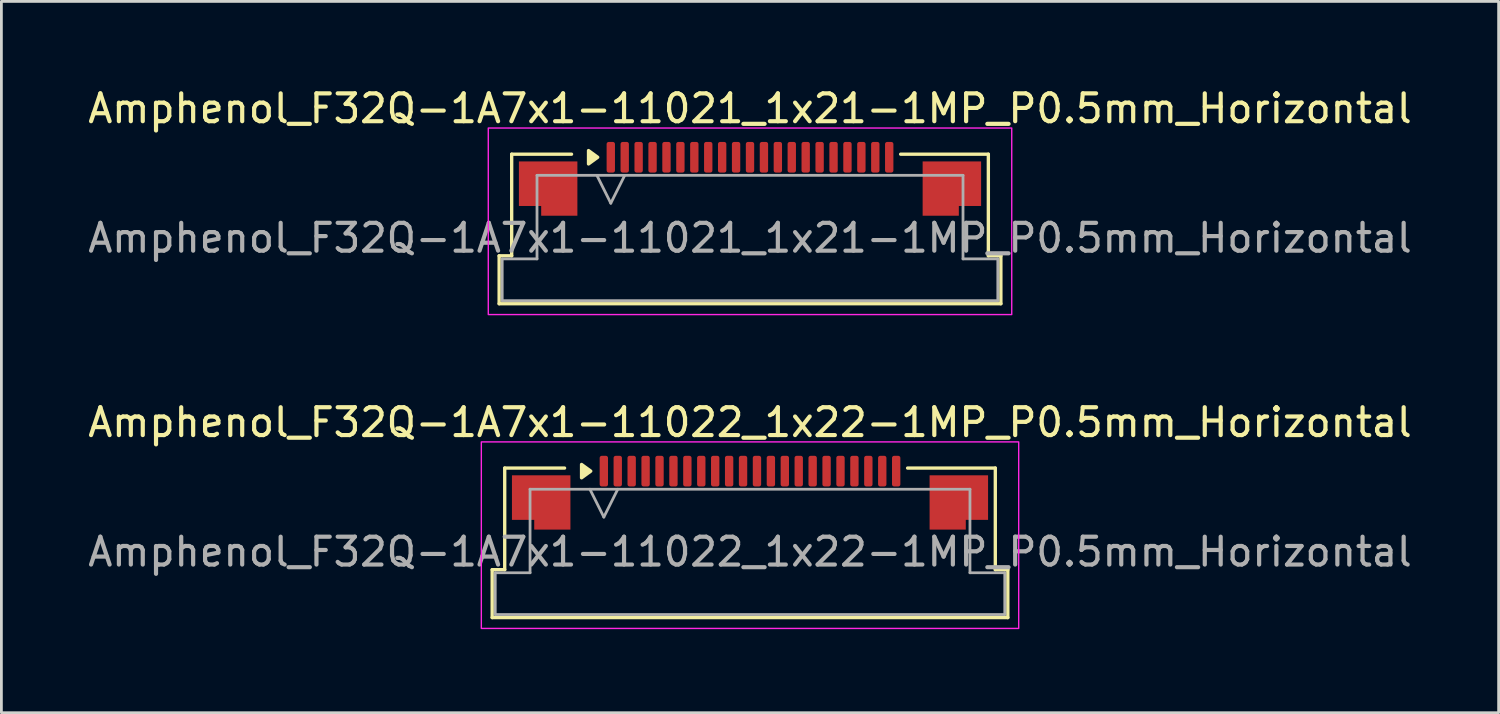
<source format=kicad_pcb>
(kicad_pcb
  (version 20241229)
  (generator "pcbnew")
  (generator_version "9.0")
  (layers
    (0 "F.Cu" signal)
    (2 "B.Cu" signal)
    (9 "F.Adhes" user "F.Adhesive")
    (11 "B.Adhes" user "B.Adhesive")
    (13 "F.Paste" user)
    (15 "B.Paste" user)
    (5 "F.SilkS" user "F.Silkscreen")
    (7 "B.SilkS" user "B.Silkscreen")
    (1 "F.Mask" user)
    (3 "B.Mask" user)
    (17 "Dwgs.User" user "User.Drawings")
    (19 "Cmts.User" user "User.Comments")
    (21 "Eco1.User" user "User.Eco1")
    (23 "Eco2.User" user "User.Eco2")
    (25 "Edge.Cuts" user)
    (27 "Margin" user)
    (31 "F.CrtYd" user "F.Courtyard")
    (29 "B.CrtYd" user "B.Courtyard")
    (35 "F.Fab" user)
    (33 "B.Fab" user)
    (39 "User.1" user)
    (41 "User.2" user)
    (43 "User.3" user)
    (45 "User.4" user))
  (footprint "Amphenol_F32Q-1A7x1-11021_1x21-1MP_P0.5mm_Horizontal"
    (layer "F.Cu")
    (at 23.887 5.498)
    (property "Reference" "Amphenol_F32Q-1A7x1-11021_1x21-1MP_P0.5mm_Horizontal" (at 0 -4.65 0) (layer "F.SilkS") (effects (font (size 1 1) (thickness 0.15))))
    (attr smd)
    (fp_line (start -9.01 0.64) (end -8.56 0.64) (stroke (width 0.12) (type solid)) (layer "F.SilkS"))
    (fp_line (start -9.01 2.36) (end -9.01 0.64) (stroke (width 0.12) (type solid)) (layer "F.SilkS"))
    (fp_line (start -8.56 -3.01) (end -6.41 -3.01) (stroke (width 0.12) (type solid)) (layer "F.SilkS"))
    (fp_line (start -8.56 0.64) (end -8.56 -3.01) (stroke (width 0.12) (type solid)) (layer "F.SilkS"))
    (fp_line (start 5.41 -3.01) (end 8.56 -3.01) (stroke (width 0.12) (type solid)) (layer "F.SilkS"))
    (fp_line (start 8.56 -3.01) (end 8.56 0.64) (stroke (width 0.12) (type solid)) (layer "F.SilkS"))
    (fp_line (start 8.56 0.64) (end 9.01 0.64) (stroke (width 0.12) (type solid)) (layer "F.SilkS"))
    (fp_line (start 9.01 0.64) (end 9.01 2.36) (stroke (width 0.12) (type solid)) (layer "F.SilkS"))
    (fp_line (start 9.01 2.36) (end -9.01 2.36) (stroke (width 0.12) (type solid)) (layer "F.SilkS"))
    (fp_poly (pts (xy -5.47 -2.9) (xy -5.8 -2.66) (xy -5.8 -3.14)) (stroke (width 0.12) (type solid)) (fill yes) (layer "F.SilkS"))
    (fp_rect (start -9.4 -3.95) (end 9.4 2.75) (stroke (width 0.05) (type solid)) (fill no) (layer "F.CrtYd"))
    (fp_line (start -8.9 0.75) (end -7.65 0.75) (stroke (width 0.1) (type solid)) (layer "F.Fab"))
    (fp_line (start -8.9 2.25) (end -8.9 0.75) (stroke (width 0.1) (type solid)) (layer "F.Fab"))
    (fp_line (start -7.65 -2.25) (end 7.65 -2.25) (stroke (width 0.1) (type solid)) (layer "F.Fab"))
    (fp_line (start -7.65 0.75) (end -7.65 -2.25) (stroke (width 0.1) (type solid)) (layer "F.Fab"))
    (fp_line (start -5.5 -2.25) (end -5 -1.25) (stroke (width 0.1) (type solid)) (layer "F.Fab"))
    (fp_line (start -5 -1.25) (end -4.5 -2.25) (stroke (width 0.1) (type solid)) (layer "F.Fab"))
    (fp_line (start 7.65 -2.25) (end 7.65 0.75) (stroke (width 0.1) (type solid)) (layer "F.Fab"))
    (fp_line (start 7.65 0.75) (end 8.9 0.75) (stroke (width 0.1) (type solid)) (layer "F.Fab"))
    (fp_line (start 8.9 0.75) (end 8.9 2.25) (stroke (width 0.1) (type solid)) (layer "F.Fab"))
    (fp_line (start 8.9 2.25) (end -8.9 2.25) (stroke (width 0.1) (type solid)) (layer "F.Fab"))
    (fp_text user "${REFERENCE}" (at 0 0 0) (layer "F.Fab") (effects (font (size 1 1) (thickness 0.15))))
    (pad "1" smd roundrect (at -5 -2.9) (size 0.3 1.1) (layers "F.Cu" "F.Mask" "F.Paste") (roundrect_rratio 0.25))
    (pad "2" smd roundrect (at -4.5 -2.9) (size 0.3 1.1) (layers "F.Cu" "F.Mask" "F.Paste") (roundrect_rratio 0.25))
    (pad "3" smd roundrect (at -4 -2.9) (size 0.3 1.1) (layers "F.Cu" "F.Mask" "F.Paste") (roundrect_rratio 0.25))
    (pad "4" smd roundrect (at -3.5 -2.9) (size 0.3 1.1) (layers "F.Cu" "F.Mask" "F.Paste") (roundrect_rratio 0.25))
    (pad "5" smd roundrect (at -3 -2.9) (size 0.3 1.1) (layers "F.Cu" "F.Mask" "F.Paste") (roundrect_rratio 0.25))
    (pad "6" smd roundrect (at -2.5 -2.9) (size 0.3 1.1) (layers "F.Cu" "F.Mask" "F.Paste") (roundrect_rratio 0.25))
    (pad "7" smd roundrect (at -2 -2.9) (size 0.3 1.1) (layers "F.Cu" "F.Mask" "F.Paste") (roundrect_rratio 0.25))
    (pad "8" smd roundrect (at -1.5 -2.9) (size 0.3 1.1) (layers "F.Cu" "F.Mask" "F.Paste") (roundrect_rratio 0.25))
    (pad "9" smd roundrect (at -1 -2.9) (size 0.3 1.1) (layers "F.Cu" "F.Mask" "F.Paste") (roundrect_rratio 0.25))
    (pad "10" smd roundrect (at -0.5 -2.9) (size 0.3 1.1) (layers "F.Cu" "F.Mask" "F.Paste") (roundrect_rratio 0.25))
    (pad "11" smd roundrect (at 0 -2.9) (size 0.3 1.1) (layers "F.Cu" "F.Mask" "F.Paste") (roundrect_rratio 0.25))
    (pad "12" smd roundrect (at 0.5 -2.9) (size 0.3 1.1) (layers "F.Cu" "F.Mask" "F.Paste") (roundrect_rratio 0.25))
    (pad "13" smd roundrect (at 1 -2.9) (size 0.3 1.1) (layers "F.Cu" "F.Mask" "F.Paste") (roundrect_rratio 0.25))
    (pad "14" smd roundrect (at 1.5 -2.9) (size 0.3 1.1) (layers "F.Cu" "F.Mask" "F.Paste") (roundrect_rratio 0.25))
    (pad "15" smd roundrect (at 2 -2.9) (size 0.3 1.1) (layers "F.Cu" "F.Mask" "F.Paste") (roundrect_rratio 0.25))
    (pad "16" smd roundrect (at 2.5 -2.9) (size 0.3 1.1) (layers "F.Cu" "F.Mask" "F.Paste") (roundrect_rratio 0.25))
    (pad "17" smd roundrect (at 3 -2.9) (size 0.3 1.1) (layers "F.Cu" "F.Mask" "F.Paste") (roundrect_rratio 0.25))
    (pad "18" smd roundrect (at 3.5 -2.9) (size 0.3 1.1) (layers "F.Cu" "F.Mask" "F.Paste") (roundrect_rratio 0.25))
    (pad "19" smd roundrect (at 4 -2.9) (size 0.3 1.1) (layers "F.Cu" "F.Mask" "F.Paste") (roundrect_rratio 0.25))
    (pad "20" smd roundrect (at 4.5 -2.9) (size 0.3 1.1) (layers "F.Cu" "F.Mask" "F.Paste") (roundrect_rratio 0.25))
    (pad "21" smd roundrect (at 5 -2.9) (size 0.3 1.1) (layers "F.Cu" "F.Mask" "F.Paste") (roundrect_rratio 0.25))
    (pad "MP" smd custom (at -7.25 -1.775) (size 1 1) (layers "F.Cu" "F.Mask" "F.Paste") (options (anchor circle)) (primitives (gr_poly (pts (xy 1.05 -0.975) (xy 1.05 0.975) (xy -0.25 0.975) (xy -0.25 0.625) (xy -1.05 0.625) (xy -1.05 -0.975)) (width 0) (fill yes))))
    (pad "MP" smd custom (at 7.25 -1.775) (size 1 1) (layers "F.Cu" "F.Mask" "F.Paste") (options (anchor circle)) (primitives (gr_poly (pts (xy -1.05 -0.975) (xy -1.05 0.975) (xy 0.25 0.975) (xy 0.25 0.625) (xy 1.05 0.625) (xy 1.05 -0.975)) (width 0) (fill yes)))))
  (footprint "Amphenol_F32Q-1A7x1-11022_1x22-1MP_P0.5mm_Horizontal"
    (layer "F.Cu")
    (at 23.887 16.771)
    (property "Reference" "Amphenol_F32Q-1A7x1-11022_1x22-1MP_P0.5mm_Horizontal" (at 0 -4.65 0) (layer "F.SilkS") (effects (font (size 1 1) (thickness 0.15))))
    (attr smd)
    (fp_line (start -9.26 0.64) (end -8.81 0.64) (stroke (width 0.12) (type solid)) (layer "F.SilkS"))
    (fp_line (start -9.26 2.36) (end -9.26 0.64) (stroke (width 0.12) (type solid)) (layer "F.SilkS"))
    (fp_line (start -8.81 -3.01) (end -6.66 -3.01) (stroke (width 0.12) (type solid)) (layer "F.SilkS"))
    (fp_line (start -8.81 0.64) (end -8.81 -3.01) (stroke (width 0.12) (type solid)) (layer "F.SilkS"))
    (fp_line (start 5.66 -3.01) (end 8.81 -3.01) (stroke (width 0.12) (type solid)) (layer "F.SilkS"))
    (fp_line (start 8.81 -3.01) (end 8.81 0.64) (stroke (width 0.12) (type solid)) (layer "F.SilkS"))
    (fp_line (start 8.81 0.64) (end 9.26 0.64) (stroke (width 0.12) (type solid)) (layer "F.SilkS"))
    (fp_line (start 9.26 0.64) (end 9.26 2.36) (stroke (width 0.12) (type solid)) (layer "F.SilkS"))
    (fp_line (start 9.26 2.36) (end -9.26 2.36) (stroke (width 0.12) (type solid)) (layer "F.SilkS"))
    (fp_poly (pts (xy -5.72 -2.9) (xy -6.05 -2.66) (xy -6.05 -3.14)) (stroke (width 0.12) (type solid)) (fill yes) (layer "F.SilkS"))
    (fp_rect (start -9.65 -3.95) (end 9.65 2.75) (stroke (width 0.05) (type solid)) (fill no) (layer "F.CrtYd"))
    (fp_line (start -9.15 0.75) (end -7.9 0.75) (stroke (width 0.1) (type solid)) (layer "F.Fab"))
    (fp_line (start -9.15 2.25) (end -9.15 0.75) (stroke (width 0.1) (type solid)) (layer "F.Fab"))
    (fp_line (start -7.9 -2.25) (end 7.9 -2.25) (stroke (width 0.1) (type solid)) (layer "F.Fab"))
    (fp_line (start -7.9 0.75) (end -7.9 -2.25) (stroke (width 0.1) (type solid)) (layer "F.Fab"))
    (fp_line (start -5.75 -2.25) (end -5.25 -1.25) (stroke (width 0.1) (type solid)) (layer "F.Fab"))
    (fp_line (start -5.25 -1.25) (end -4.75 -2.25) (stroke (width 0.1) (type solid)) (layer "F.Fab"))
    (fp_line (start 7.9 -2.25) (end 7.9 0.75) (stroke (width 0.1) (type solid)) (layer "F.Fab"))
    (fp_line (start 7.9 0.75) (end 9.15 0.75) (stroke (width 0.1) (type solid)) (layer "F.Fab"))
    (fp_line (start 9.15 0.75) (end 9.15 2.25) (stroke (width 0.1) (type solid)) (layer "F.Fab"))
    (fp_line (start 9.15 2.25) (end -9.15 2.25) (stroke (width 0.1) (type solid)) (layer "F.Fab"))
    (fp_text user "${REFERENCE}" (at 0 0 0) (layer "F.Fab") (effects (font (size 1 1) (thickness 0.15))))
    (pad "1" smd roundrect (at -5.25 -2.9) (size 0.3 1.1) (layers "F.Cu" "F.Mask" "F.Paste") (roundrect_rratio 0.25))
    (pad "2" smd roundrect (at -4.75 -2.9) (size 0.3 1.1) (layers "F.Cu" "F.Mask" "F.Paste") (roundrect_rratio 0.25))
    (pad "3" smd roundrect (at -4.25 -2.9) (size 0.3 1.1) (layers "F.Cu" "F.Mask" "F.Paste") (roundrect_rratio 0.25))
    (pad "4" smd roundrect (at -3.75 -2.9) (size 0.3 1.1) (layers "F.Cu" "F.Mask" "F.Paste") (roundrect_rratio 0.25))
    (pad "5" smd roundrect (at -3.25 -2.9) (size 0.3 1.1) (layers "F.Cu" "F.Mask" "F.Paste") (roundrect_rratio 0.25))
    (pad "6" smd roundrect (at -2.75 -2.9) (size 0.3 1.1) (layers "F.Cu" "F.Mask" "F.Paste") (roundrect_rratio 0.25))
    (pad "7" smd roundrect (at -2.25 -2.9) (size 0.3 1.1) (layers "F.Cu" "F.Mask" "F.Paste") (roundrect_rratio 0.25))
    (pad "8" smd roundrect (at -1.75 -2.9) (size 0.3 1.1) (layers "F.Cu" "F.Mask" "F.Paste") (roundrect_rratio 0.25))
    (pad "9" smd roundrect (at -1.25 -2.9) (size 0.3 1.1) (layers "F.Cu" "F.Mask" "F.Paste") (roundrect_rratio 0.25))
    (pad "10" smd roundrect (at -0.75 -2.9) (size 0.3 1.1) (layers "F.Cu" "F.Mask" "F.Paste") (roundrect_rratio 0.25))
    (pad "11" smd roundrect (at -0.25 -2.9) (size 0.3 1.1) (layers "F.Cu" "F.Mask" "F.Paste") (roundrect_rratio 0.25))
    (pad "12" smd roundrect (at 0.25 -2.9) (size 0.3 1.1) (layers "F.Cu" "F.Mask" "F.Paste") (roundrect_rratio 0.25))
    (pad "13" smd roundrect (at 0.75 -2.9) (size 0.3 1.1) (layers "F.Cu" "F.Mask" "F.Paste") (roundrect_rratio 0.25))
    (pad "14" smd roundrect (at 1.25 -2.9) (size 0.3 1.1) (layers "F.Cu" "F.Mask" "F.Paste") (roundrect_rratio 0.25))
    (pad "15" smd roundrect (at 1.75 -2.9) (size 0.3 1.1) (layers "F.Cu" "F.Mask" "F.Paste") (roundrect_rratio 0.25))
    (pad "16" smd roundrect (at 2.25 -2.9) (size 0.3 1.1) (layers "F.Cu" "F.Mask" "F.Paste") (roundrect_rratio 0.25))
    (pad "17" smd roundrect (at 2.75 -2.9) (size 0.3 1.1) (layers "F.Cu" "F.Mask" "F.Paste") (roundrect_rratio 0.25))
    (pad "18" smd roundrect (at 3.25 -2.9) (size 0.3 1.1) (layers "F.Cu" "F.Mask" "F.Paste") (roundrect_rratio 0.25))
    (pad "19" smd roundrect (at 3.75 -2.9) (size 0.3 1.1) (layers "F.Cu" "F.Mask" "F.Paste") (roundrect_rratio 0.25))
    (pad "20" smd roundrect (at 4.25 -2.9) (size 0.3 1.1) (layers "F.Cu" "F.Mask" "F.Paste") (roundrect_rratio 0.25))
    (pad "21" smd roundrect (at 4.75 -2.9) (size 0.3 1.1) (layers "F.Cu" "F.Mask" "F.Paste") (roundrect_rratio 0.25))
    (pad "22" smd roundrect (at 5.25 -2.9) (size 0.3 1.1) (layers "F.Cu" "F.Mask" "F.Paste") (roundrect_rratio 0.25))
    (pad "MP" smd custom (at -7.5 -1.775) (size 1 1) (layers "F.Cu" "F.Mask" "F.Paste") (options (anchor circle)) (primitives (gr_poly (pts (xy 1.05 -0.975) (xy 1.05 0.975) (xy -0.25 0.975) (xy -0.25 0.625) (xy -1.05 0.625) (xy -1.05 -0.975)) (width 0) (fill yes))))
    (pad "MP" smd custom (at 7.5 -1.775) (size 1 1) (layers "F.Cu" "F.Mask" "F.Paste") (options (anchor circle)) (primitives (gr_poly (pts (xy -1.05 -0.975) (xy -1.05 0.975) (xy 0.25 0.975) (xy 0.25 0.625) (xy 1.05 0.625) (xy 1.05 -0.975)) (width 0) (fill yes)))))
  (gr_rect
    (start -3 -3)
    (end 50.774 22.547)
    (stroke (width 0.1) (type default))
    (fill no)
    (layer "Edge.Cuts")))
</source>
